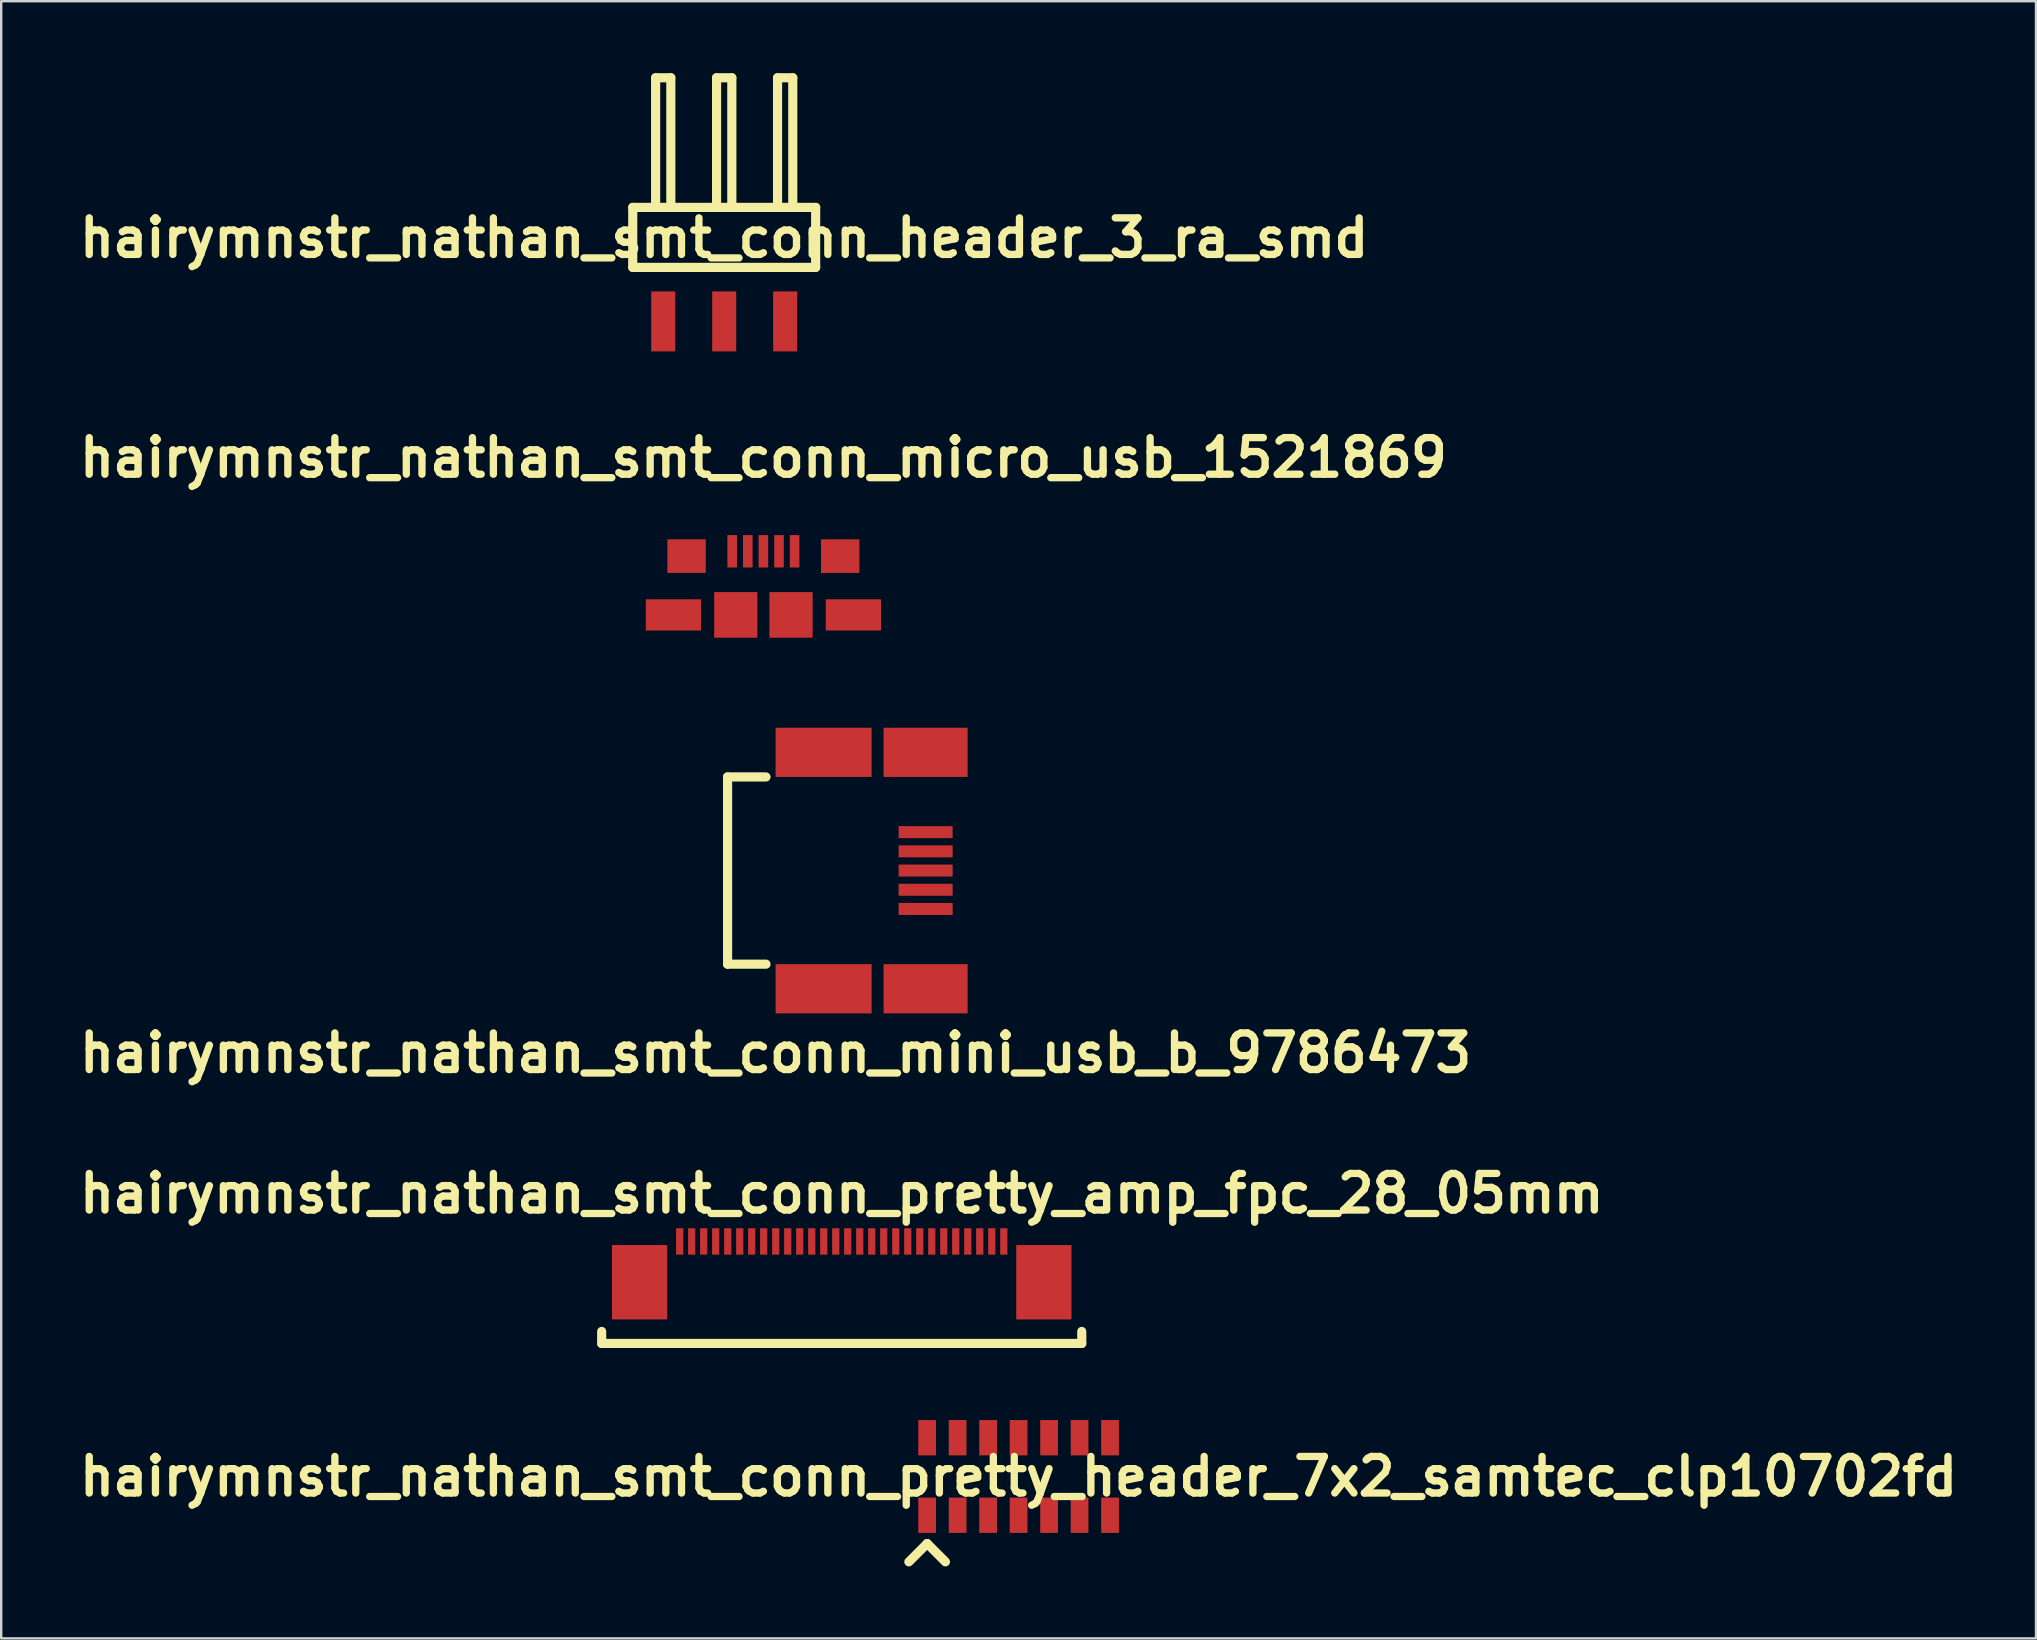
<source format=kicad_pcb>
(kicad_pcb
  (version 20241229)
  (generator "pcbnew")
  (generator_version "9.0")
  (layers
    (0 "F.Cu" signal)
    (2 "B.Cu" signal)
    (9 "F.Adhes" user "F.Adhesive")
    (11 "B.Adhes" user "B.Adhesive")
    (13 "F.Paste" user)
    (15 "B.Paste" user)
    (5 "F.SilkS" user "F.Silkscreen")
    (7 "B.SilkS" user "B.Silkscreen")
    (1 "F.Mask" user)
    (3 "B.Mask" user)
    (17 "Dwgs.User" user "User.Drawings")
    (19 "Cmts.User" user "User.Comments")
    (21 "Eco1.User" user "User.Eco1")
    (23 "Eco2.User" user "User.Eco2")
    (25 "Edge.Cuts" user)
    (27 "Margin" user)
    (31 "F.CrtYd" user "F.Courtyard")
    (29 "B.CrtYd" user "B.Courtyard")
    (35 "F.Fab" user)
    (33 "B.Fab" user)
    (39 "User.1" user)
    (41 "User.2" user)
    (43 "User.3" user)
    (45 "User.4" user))
  (footprint "hairymnstr_nathan_smt_conn_mini_usb_b_9786473"
    (layer "F.Cu")
    (at 29.261 33.217)
    (property "Reference" "hairymnstr_nathan_smt_conn_mini_usb_b_9786473" (at 0 7.6 0) (layer "F.SilkS") (effects (font (size 1.524 1.524) (thickness 0.305))))
    (attr smd)
    (fp_line (start -2 -3.9) (end -2 3.9) (stroke (width 0.381) (type solid)) (layer "F.SilkS"))
    (fp_line (start -2 3.9) (end -0.4 3.9) (stroke (width 0.381) (type solid)) (layer "F.SilkS"))
    (fp_line (start -0.4 -3.9) (end -2 -3.9) (stroke (width 0.381) (type solid)) (layer "F.SilkS"))
    (pad "1" smd rect (at 6.25 -1.6) (size 2.25 0.5) (layers "F.Cu" "F.Mask" "F.Paste"))
    (pad "2" smd rect (at 6.25 -0.8) (size 2.25 0.5) (layers "F.Cu" "F.Mask" "F.Paste"))
    (pad "3" smd rect (at 6.25 0) (size 2.25 0.5) (layers "F.Cu" "F.Mask" "F.Paste"))
    (pad "4" smd rect (at 6.25 0.8) (size 2.25 0.5) (layers "F.Cu" "F.Mask" "F.Paste"))
    (pad "5" smd rect (at 6.25 1.6) (size 2.25 0.5) (layers "F.Cu" "F.Mask" "F.Paste"))
    (pad "6" smd rect (at 2 -4.925) (size 4 2.05) (layers "F.Cu" "F.Mask" "F.Paste"))
    (pad "6" smd rect (at 2 4.925) (size 4 2.05) (layers "F.Cu" "F.Mask" "F.Paste"))
    (pad "6" smd rect (at 6.25 -4.925) (size 3.5 2.05) (layers "F.Cu" "F.Mask" "F.Paste"))
    (pad "6" smd rect (at 6.25 4.925) (size 3.5 2.05) (layers "F.Cu" "F.Mask" "F.Paste")))
  (footprint "hairymnstr_nathan_smt_conn_header_3_ra_smd"
    (layer "F.Cu")
    (at 27.12 10.34)
    (property "Reference" "hairymnstr_nathan_smt_conn_header_3_ra_smd" (at 0 -3.48 0) (layer "F.SilkS") (effects (font (size 1.524 1.524) (thickness 0.305))))
    (attr smd)
    (fp_line (start -3.81 -4.75) (end -3.81 -2.25) (stroke (width 0.381) (type solid)) (layer "F.SilkS"))
    (fp_line (start -3.81 -4.75) (end 3.81 -4.75) (stroke (width 0.381) (type solid)) (layer "F.SilkS"))
    (fp_line (start -3.81 -2.25) (end 3.81 -2.25) (stroke (width 0.381) (type solid)) (layer "F.SilkS"))
    (fp_line (start -2.857 -10.15) (end -2.223 -10.15) (stroke (width 0.381) (type solid)) (layer "F.SilkS"))
    (fp_line (start -2.857 -4.75) (end -2.857 -10.15) (stroke (width 0.381) (type solid)) (layer "F.SilkS"))
    (fp_line (start -2.223 -10.15) (end -2.223 -4.75) (stroke (width 0.381) (type solid)) (layer "F.SilkS"))
    (fp_line (start -0.318 -10.15) (end 0.318 -10.15) (stroke (width 0.381) (type solid)) (layer "F.SilkS"))
    (fp_line (start -0.318 -4.75) (end -0.318 -10.15) (stroke (width 0.381) (type solid)) (layer "F.SilkS"))
    (fp_line (start 0.318 -10.15) (end 0.318 -4.75) (stroke (width 0.381) (type solid)) (layer "F.SilkS"))
    (fp_line (start 2.223 -10.15) (end 2.857 -10.15) (stroke (width 0.381) (type solid)) (layer "F.SilkS"))
    (fp_line (start 2.223 -4.75) (end 2.223 -10.15) (stroke (width 0.381) (type solid)) (layer "F.SilkS"))
    (fp_line (start 2.857 -10.15) (end 2.857 -4.75) (stroke (width 0.381) (type solid)) (layer "F.SilkS"))
    (fp_line (start 3.81 -2.25) (end 3.81 -4.75) (stroke (width 0.381) (type solid)) (layer "F.SilkS"))
    (pad "1" smd rect (at -2.54 0) (size 1.001 2.499) (layers "F.Cu" "F.Mask" "F.Paste"))
    (pad "2" smd rect (at 0 0) (size 1.001 2.499) (layers "F.Cu" "F.Mask" "F.Paste"))
    (pad "3" smd rect (at 2.54 0) (size 1.001 2.499) (layers "F.Cu" "F.Mask" "F.Paste")))
  (footprint "hairymnstr_nathan_smt_conn_pretty_header_7x2_samtec_clp10702fd"
    (layer "F.Cu")
    (at 39.385 58.46)
    (property "Reference" "hairymnstr_nathan_smt_conn_pretty_header_7x2_samtec_clp10702fd" (at 0 0 0) (layer "F.SilkS") (effects (font (size 1.524 1.524) (thickness 0.305))))
    (attr smd)
    (fp_line (start -3.81 2.794) (end -4.572 3.556) (stroke (width 0.381) (type solid)) (layer "F.SilkS"))
    (fp_line (start -3.81 2.794) (end -3.048 3.556) (stroke (width 0.381) (type solid)) (layer "F.SilkS"))
    (pad "1" smd rect (at -3.81 1.615) (size 0.739 1.471) (layers "F.Cu" "F.Mask" "F.Paste"))
    (pad "2" smd rect (at -3.81 -1.615) (size 0.739 1.471) (layers "F.Cu" "F.Mask" "F.Paste"))
    (pad "3" smd rect (at -2.54 1.615) (size 0.739 1.471) (layers "F.Cu" "F.Mask" "F.Paste"))
    (pad "4" smd rect (at -2.54 -1.615) (size 0.739 1.471) (layers "F.Cu" "F.Mask" "F.Paste"))
    (pad "5" smd rect (at -1.27 1.615) (size 0.739 1.471) (layers "F.Cu" "F.Mask" "F.Paste"))
    (pad "6" smd rect (at -1.27 -1.615) (size 0.739 1.471) (layers "F.Cu" "F.Mask" "F.Paste"))
    (pad "7" smd rect (at 0 1.615) (size 0.739 1.471) (layers "F.Cu" "F.Mask" "F.Paste"))
    (pad "8" smd rect (at 0 -1.615) (size 0.739 1.471) (layers "F.Cu" "F.Mask" "F.Paste"))
    (pad "9" smd rect (at 1.27 1.615) (size 0.739 1.471) (layers "F.Cu" "F.Mask" "F.Paste"))
    (pad "10" smd rect (at 1.27 -1.615) (size 0.739 1.471) (layers "F.Cu" "F.Mask" "F.Paste"))
    (pad "11" smd rect (at 2.54 1.615) (size 0.739 1.471) (layers "F.Cu" "F.Mask" "F.Paste"))
    (pad "12" smd rect (at 2.54 -1.615) (size 0.739 1.471) (layers "F.Cu" "F.Mask" "F.Paste"))
    (pad "13" smd rect (at 3.81 1.615) (size 0.739 1.471) (layers "F.Cu" "F.Mask" "F.Paste"))
    (pad "14" smd rect (at 3.81 -1.615) (size 0.739 1.471) (layers "F.Cu" "F.Mask" "F.Paste")))
  (footprint "hairymnstr_nathan_smt_conn_pretty_amp_fpc_28_05mm"
    (layer "F.Cu")
    (at 32.019 48.669)
    (property "Reference" "hairymnstr_nathan_smt_conn_pretty_amp_fpc_28_05mm" (at 0 -1.999 0) (layer "F.SilkS") (effects (font (size 1.524 1.524) (thickness 0.305))))
    (attr smd)
    (fp_line (start -10.003 4.249) (end -10.003 3.749) (stroke (width 0.381) (type solid)) (layer "F.SilkS"))
    (fp_line (start 9.997 3.749) (end 9.997 4.249) (stroke (width 0.381) (type solid)) (layer "F.SilkS"))
    (fp_line (start 9.997 4.249) (end -10.003 4.249) (stroke (width 0.381) (type solid)) (layer "F.SilkS"))
    (pad "1" smd rect (at 6.749 0 180) (size 0.3 1.1) (layers "F.Cu" "F.Mask" "F.Paste"))
    (pad "2" smd rect (at 6.248 0 180) (size 0.3 1.1) (layers "F.Cu" "F.Mask" "F.Paste"))
    (pad "3" smd rect (at 5.748 0 180) (size 0.3 1.1) (layers "F.Cu" "F.Mask" "F.Paste"))
    (pad "4" smd rect (at 5.248 0 180) (size 0.3 1.1) (layers "F.Cu" "F.Mask" "F.Paste"))
    (pad "5" smd rect (at 4.747 0 180) (size 0.3 1.1) (layers "F.Cu" "F.Mask" "F.Paste"))
    (pad "6" smd rect (at 4.247 0 180) (size 0.3 1.1) (layers "F.Cu" "F.Mask" "F.Paste"))
    (pad "7" smd rect (at 3.749 0 180) (size 0.3 1.1) (layers "F.Cu" "F.Mask" "F.Paste"))
    (pad "8" smd rect (at 3.249 0 180) (size 0.3 1.1) (layers "F.Cu" "F.Mask" "F.Paste"))
    (pad "9" smd rect (at 2.748 0 180) (size 0.3 1.1) (layers "F.Cu" "F.Mask" "F.Paste"))
    (pad "10" smd rect (at 2.248 0 180) (size 0.3 1.1) (layers "F.Cu" "F.Mask" "F.Paste"))
    (pad "11" smd rect (at 1.748 0 180) (size 0.3 1.1) (layers "F.Cu" "F.Mask" "F.Paste"))
    (pad "12" smd rect (at 1.247 0 180) (size 0.3 1.1) (layers "F.Cu" "F.Mask" "F.Paste"))
    (pad "13" smd rect (at 0.747 0 180) (size 0.3 1.1) (layers "F.Cu" "F.Mask" "F.Paste"))
    (pad "14" smd rect (at 0.246 0 180) (size 0.3 1.1) (layers "F.Cu" "F.Mask" "F.Paste"))
    (pad "15" smd rect (at -0.251 0 180) (size 0.3 1.1) (layers "F.Cu" "F.Mask" "F.Paste"))
    (pad "16" smd rect (at -0.752 0 180) (size 0.3 1.1) (layers "F.Cu" "F.Mask" "F.Paste"))
    (pad "17" smd rect (at -1.252 0 180) (size 0.3 1.1) (layers "F.Cu" "F.Mask" "F.Paste"))
    (pad "18" smd rect (at -1.753 0 180) (size 0.3 1.1) (layers "F.Cu" "F.Mask" "F.Paste"))
    (pad "19" smd rect (at -2.253 0 180) (size 0.3 1.1) (layers "F.Cu" "F.Mask" "F.Paste"))
    (pad "20" smd rect (at -2.753 0 180) (size 0.3 1.1) (layers "F.Cu" "F.Mask" "F.Paste"))
    (pad "21" smd rect (at -3.254 0 180) (size 0.3 1.1) (layers "F.Cu" "F.Mask" "F.Paste"))
    (pad "22" smd rect (at -3.754 0 180) (size 0.3 1.1) (layers "F.Cu" "F.Mask" "F.Paste"))
    (pad "23" smd rect (at -4.252 0 180) (size 0.3 1.1) (layers "F.Cu" "F.Mask" "F.Paste"))
    (pad "24" smd rect (at -4.752 0 180) (size 0.3 1.1) (layers "F.Cu" "F.Mask" "F.Paste"))
    (pad "25" smd rect (at -5.253 0 180) (size 0.3 1.1) (layers "F.Cu" "F.Mask" "F.Paste"))
    (pad "26" smd rect (at -5.753 0 180) (size 0.3 1.1) (layers "F.Cu" "F.Mask" "F.Paste"))
    (pad "27" smd rect (at -6.253 0 180) (size 0.3 1.1) (layers "F.Cu" "F.Mask" "F.Paste"))
    (pad "28" smd rect (at -6.754 0 180) (size 0.3 1.1) (layers "F.Cu" "F.Mask" "F.Paste"))
    (pad "29" smd rect (at -8.423 1.699 180) (size 2.301 3.099) (layers "F.Cu" "F.Mask" "F.Paste"))
    (pad "29" smd rect (at 8.418 1.699 180) (size 2.301 3.099) (layers "F.Cu" "F.Mask" "F.Paste")))
  (footprint "hairymnstr_nathan_smt_conn_micro_usb_1521869"
    (layer "F.Cu")
    (at 28.753 24.017)
    (property "Reference" "hairymnstr_nathan_smt_conn_micro_usb_1521869" (at 0 -8.001 0) (layer "F.SilkS") (effects (font (size 1.524 1.524) (thickness 0.305))))
    (attr smd)
    (pad "1" smd rect (at -1.3 -4.1) (size 0.399 1.349) (layers "F.Cu" "F.Mask" "F.Paste"))
    (pad "2" smd rect (at -0.65 -4.1) (size 0.399 1.349) (layers "F.Cu" "F.Mask" "F.Paste"))
    (pad "3" smd rect (at 0 -4.1) (size 0.399 1.349) (layers "F.Cu" "F.Mask" "F.Paste"))
    (pad "4" smd rect (at 0.65 -4.1) (size 0.399 1.349) (layers "F.Cu" "F.Mask" "F.Paste"))
    (pad "5" smd rect (at 1.3 -4.1) (size 0.399 1.349) (layers "F.Cu" "F.Mask" "F.Paste"))
    (pad "6" smd rect (at -3.749 -1.45) (size 2.301 1.3) (layers "F.Cu" "F.Mask" "F.Paste"))
    (pad "6" smd rect (at -3.2 -3.899) (size 1.6 1.4) (layers "F.Cu" "F.Mask" "F.Paste"))
    (pad "6" smd rect (at -1.151 -1.45) (size 1.801 1.9) (layers "F.Cu" "F.Mask" "F.Paste"))
    (pad "6" smd rect (at 1.151 -1.45) (size 1.801 1.9) (layers "F.Cu" "F.Mask" "F.Paste"))
    (pad "6" smd rect (at 3.2 -3.899) (size 1.6 1.4) (layers "F.Cu" "F.Mask" "F.Paste"))
    (pad "6" smd rect (at 3.749 -1.45) (size 2.301 1.3) (layers "F.Cu" "F.Mask" "F.Paste")))
  (gr_rect
    (start -3 -3)
    (end 81.769 65.207)
    (stroke (width 0.1) (type default))
    (fill no)
    (layer "Edge.Cuts")))
</source>
